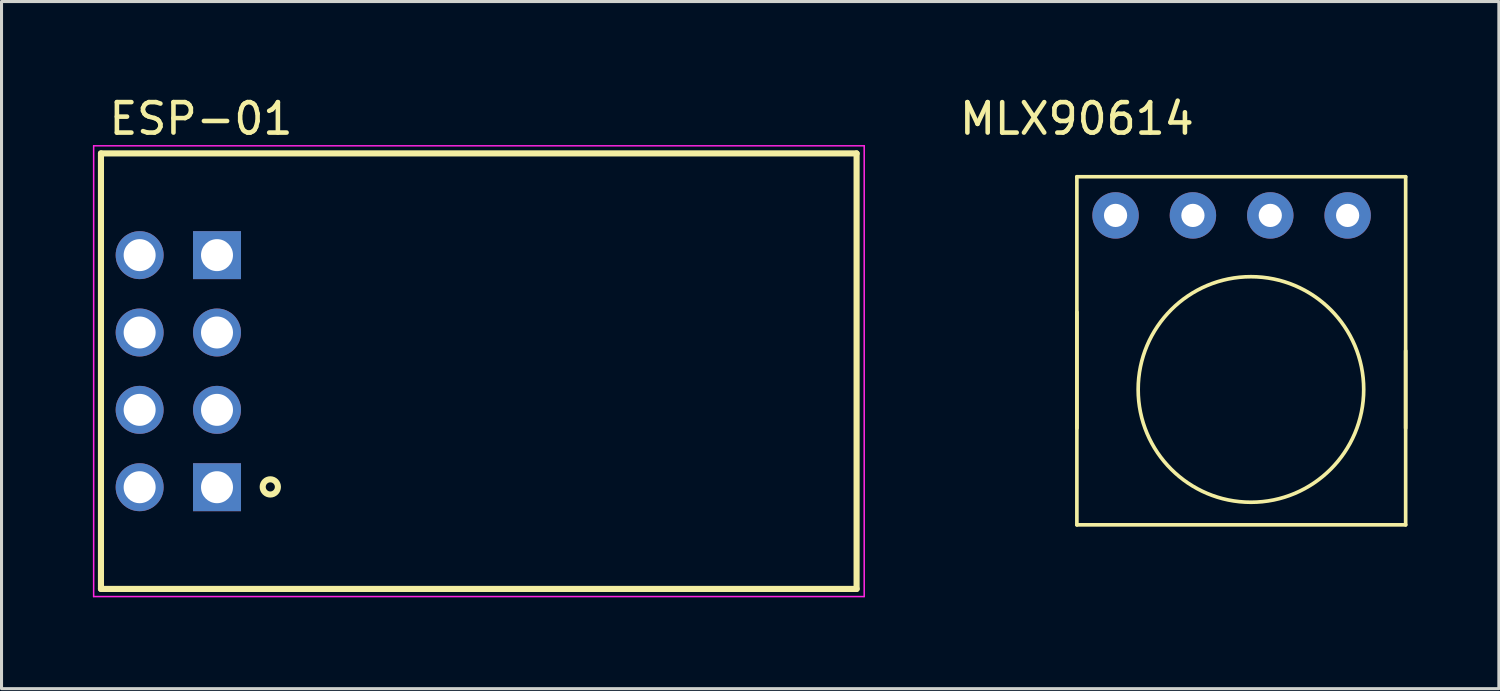
<source format=kicad_pcb>
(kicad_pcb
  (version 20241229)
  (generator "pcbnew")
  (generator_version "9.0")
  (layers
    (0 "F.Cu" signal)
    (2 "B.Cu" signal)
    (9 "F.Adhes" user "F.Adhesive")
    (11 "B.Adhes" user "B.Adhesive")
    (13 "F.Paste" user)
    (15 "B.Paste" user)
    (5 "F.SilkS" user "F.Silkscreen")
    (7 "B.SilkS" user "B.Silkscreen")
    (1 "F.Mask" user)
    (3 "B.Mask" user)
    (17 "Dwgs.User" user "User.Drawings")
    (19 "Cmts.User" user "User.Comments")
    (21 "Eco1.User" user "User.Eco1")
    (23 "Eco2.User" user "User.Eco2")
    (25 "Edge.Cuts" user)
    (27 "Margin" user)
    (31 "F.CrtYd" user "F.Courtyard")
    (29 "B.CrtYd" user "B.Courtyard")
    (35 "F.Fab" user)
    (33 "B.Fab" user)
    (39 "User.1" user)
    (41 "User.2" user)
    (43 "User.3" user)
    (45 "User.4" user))
  (footprint "MLX90614"
    (layer "F.Cu")
    (at 33.578 4.023)
    (property "Reference" "MLX90614" (at -1.27 -3.175 0) (layer "F.SilkS") (effects (font (size 1 1) (thickness 0.15))))
    (attr through_hole)
    (fp_line (start -1.27 -1.27) (end 9.525 -1.27) (stroke (width 0.12) (type solid)) (layer "F.SilkS"))
    (fp_line (start -1.27 3.175) (end -1.27 10.16) (stroke (width 0.12) (type solid)) (layer "F.SilkS"))
    (fp_line (start -1.27 6.985) (end -1.27 -1.27) (stroke (width 0.12) (type solid)) (layer "F.SilkS"))
    (fp_line (start -1.27 10.16) (end 9.525 10.16) (stroke (width 0.12) (type solid)) (layer "F.SilkS"))
    (fp_line (start 9.525 -1.27) (end 9.525 6.985) (stroke (width 0.12) (type solid)) (layer "F.SilkS"))
    (fp_line (start 9.525 10.16) (end 9.525 4.445) (stroke (width 0.12) (type solid)) (layer "F.SilkS"))
    (fp_circle (center 4.445 5.715) (end 6.35 2.54) (stroke (width 0.12) (type solid)) (fill no) (layer "F.SilkS"))
    (pad "1" thru_hole circle (at 0 0) (size 1.524 1.524) (drill 0.762) (layers "*.Cu" "*.Mask"))
    (pad "2" thru_hole circle (at 2.54 0) (size 1.524 1.524) (drill 0.762) (layers "*.Cu" "*.Mask"))
    (pad "3" thru_hole circle (at 5.08 0) (size 1.524 1.524) (drill 0.762) (layers "*.Cu" "*.Mask"))
    (pad "4" thru_hole circle (at 7.62 0) (size 1.524 1.524) (drill 0.762) (layers "*.Cu" "*.Mask")))
  (footprint "ESP-01"
    (layer "F.Cu")
    (at 4.075 9.137)
    (property "Reference" "ESP-01" (at -0.525 -8.289 0) (layer "F.SilkS") (effects (font (size 1 1) (thickness 0.15))))
    (attr through_hole)
    (fp_line (start -3.81 -7.15) (end 21 -7.15) (stroke (width 0.2) (type solid)) (layer "F.SilkS"))
    (fp_line (start -3.81 7.15) (end -3.81 -7.15) (stroke (width 0.2) (type solid)) (layer "F.SilkS"))
    (fp_line (start 21 -7.15) (end 21 7.15) (stroke (width 0.2) (type solid)) (layer "F.SilkS"))
    (fp_line (start 21 7.15) (end -3.81 7.15) (stroke (width 0.2) (type solid)) (layer "F.SilkS"))
    (fp_circle (center 1.75 3.8) (end 2 3.8) (stroke (width 0.2) (type solid)) (fill no) (layer "F.SilkS"))
    (fp_line (start -4.05 -7.4) (end 21.25 -7.4) (stroke (width 0.05) (type solid)) (layer "F.CrtYd"))
    (fp_line (start -4.05 7.4) (end -4.05 -7.4) (stroke (width 0.05) (type solid)) (layer "F.CrtYd"))
    (fp_line (start 21.25 -7.4) (end 21.25 7.4) (stroke (width 0.05) (type solid)) (layer "F.CrtYd"))
    (fp_line (start 21.25 7.4) (end -4.05 7.4) (stroke (width 0.05) (type solid)) (layer "F.CrtYd"))
    (pad "1" thru_hole rect (at 0 3.81) (size 1.575 1.575) (drill 1.05) (layers "*.Cu" "*.Mask"))
    (pad "2" thru_hole circle (at 0 1.27) (size 1.575 1.575) (drill 1.05) (layers "*.Cu" "*.Mask"))
    (pad "3" thru_hole circle (at 0 -1.27) (size 1.575 1.575) (drill 1.05) (layers "*.Cu" "*.Mask"))
    (pad "4" thru_hole rect (at 0 -3.81) (size 1.575 1.575) (drill 1.05) (layers "*.Cu" "*.Mask"))
    (pad "5" thru_hole circle (at -2.54 -3.81) (size 1.575 1.575) (drill 1.05) (layers "*.Cu" "*.Mask"))
    (pad "6" thru_hole circle (at -2.54 -1.27) (size 1.575 1.575) (drill 1.05) (layers "*.Cu" "*.Mask"))
    (pad "7" thru_hole circle (at -2.54 1.27) (size 1.575 1.575) (drill 1.05) (layers "*.Cu" "*.Mask"))
    (pad "8" thru_hole circle (at -2.54 3.81) (size 1.575 1.575) (drill 1.05) (layers "*.Cu" "*.Mask")))
  (gr_rect
    (start -3 -3)
    (end 46.163 19.562)
    (stroke (width 0.1) (type default))
    (fill no)
    (layer "Edge.Cuts")))
</source>
